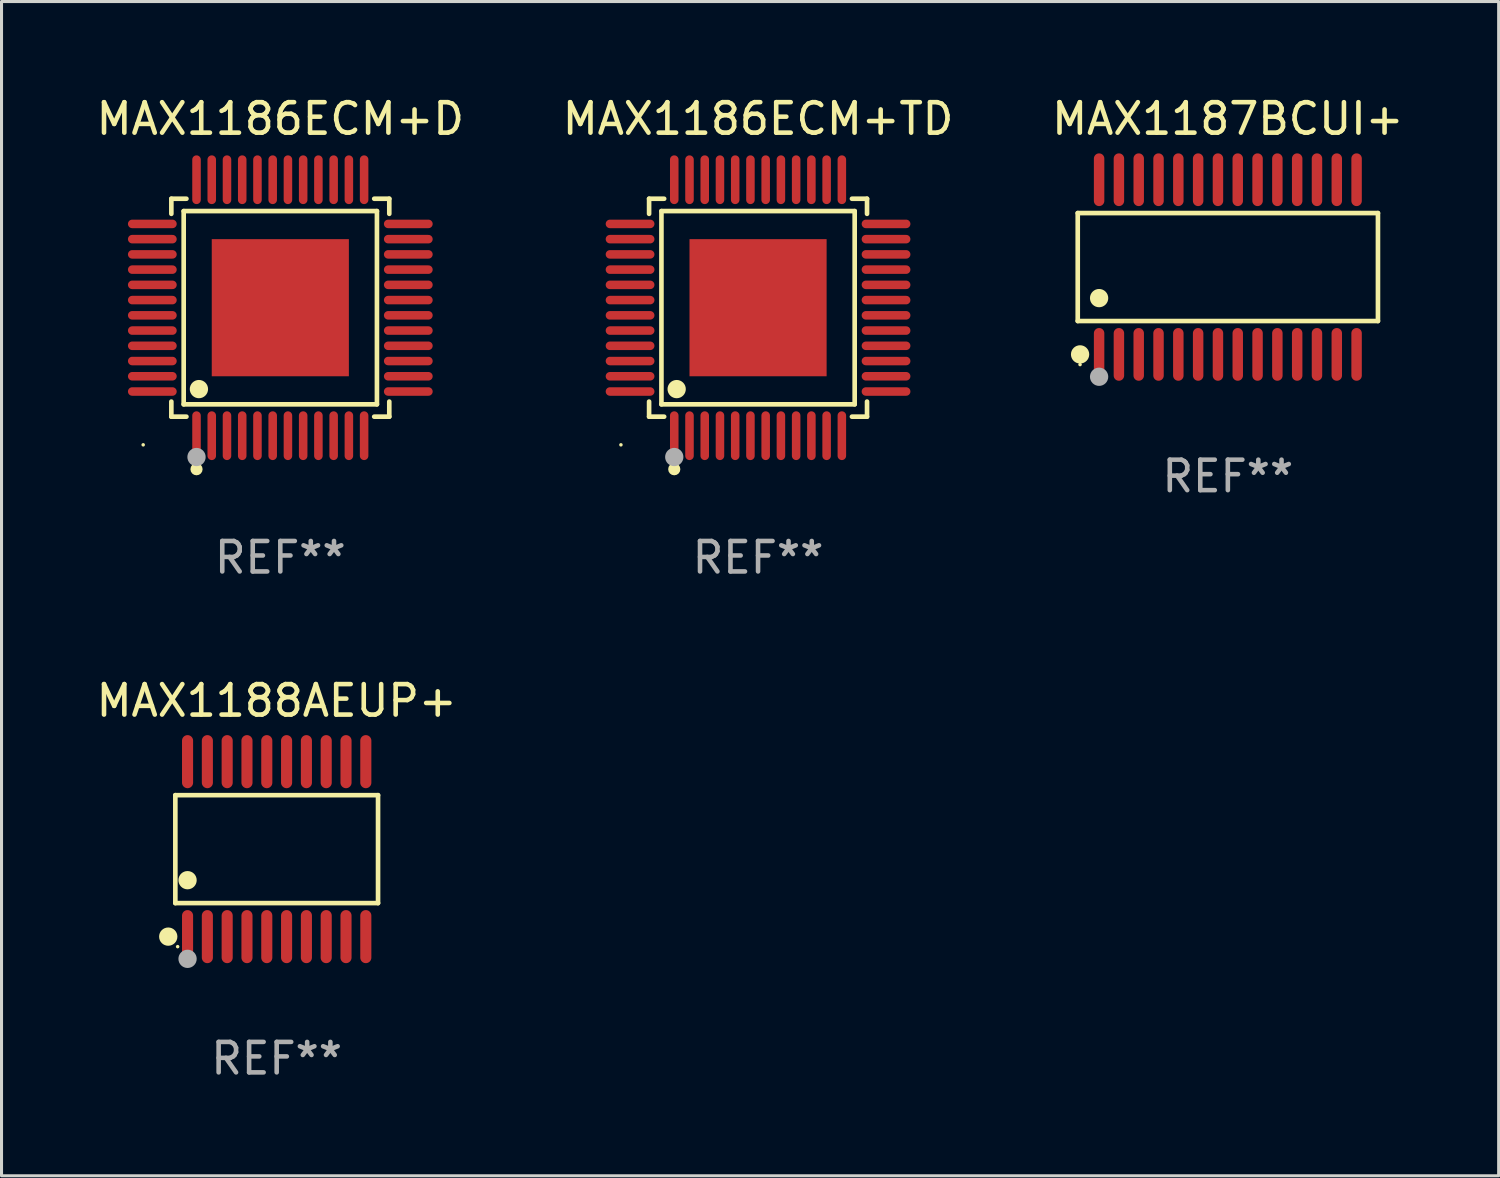
<source format=kicad_pcb>
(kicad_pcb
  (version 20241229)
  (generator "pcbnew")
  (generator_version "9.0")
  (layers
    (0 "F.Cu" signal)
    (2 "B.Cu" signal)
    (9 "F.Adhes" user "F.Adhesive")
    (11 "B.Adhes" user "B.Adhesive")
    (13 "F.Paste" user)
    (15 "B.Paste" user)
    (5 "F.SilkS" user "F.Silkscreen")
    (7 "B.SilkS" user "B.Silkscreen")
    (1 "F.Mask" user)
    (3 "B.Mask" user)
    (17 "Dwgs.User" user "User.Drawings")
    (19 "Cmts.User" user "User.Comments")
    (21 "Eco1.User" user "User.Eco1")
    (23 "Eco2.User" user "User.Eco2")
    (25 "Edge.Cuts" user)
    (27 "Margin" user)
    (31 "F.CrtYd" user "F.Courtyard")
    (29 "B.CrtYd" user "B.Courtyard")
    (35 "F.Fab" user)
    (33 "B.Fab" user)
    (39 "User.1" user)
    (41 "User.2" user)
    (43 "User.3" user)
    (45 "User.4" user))
  (footprint "MAX1186ECM+D"
    (layer "F.Cu")
    (at 6.149 7.048)
    (property "Reference" "MAX1186ECM+D" (at 0 -6.2 0) (layer "F.SilkS") (effects (font (size 1 1) (thickness 0.15))))
    (attr through_hole)
    (fp_line (start -3.576 -3.576) (end -3.081 -3.576) (stroke (width 0.152) (type solid)) (layer "F.SilkS"))
    (fp_line (start -3.576 -3.081) (end -3.576 -3.576) (stroke (width 0.152) (type solid)) (layer "F.SilkS"))
    (fp_line (start -3.576 3.081) (end -3.576 3.576) (stroke (width 0.152) (type solid)) (layer "F.SilkS"))
    (fp_line (start -3.576 3.576) (end -3.081 3.576) (stroke (width 0.152) (type solid)) (layer "F.SilkS"))
    (fp_line (start -3.171 -3.171) (end 3.171 -3.171) (stroke (width 0.152) (type solid)) (layer "F.SilkS"))
    (fp_line (start -3.171 3.171) (end -3.171 -3.171) (stroke (width 0.152) (type solid)) (layer "F.SilkS"))
    (fp_line (start 3.171 -3.171) (end 3.171 3.171) (stroke (width 0.152) (type solid)) (layer "F.SilkS"))
    (fp_line (start 3.171 3.171) (end -3.171 3.171) (stroke (width 0.152) (type solid)) (layer "F.SilkS"))
    (fp_line (start 3.576 -3.576) (end 3.081 -3.576) (stroke (width 0.152) (type solid)) (layer "F.SilkS"))
    (fp_line (start 3.576 -3.081) (end 3.576 -3.576) (stroke (width 0.152) (type solid)) (layer "F.SilkS"))
    (fp_line (start 3.576 3.081) (end 3.576 3.576) (stroke (width 0.152) (type solid)) (layer "F.SilkS"))
    (fp_line (start 3.576 3.576) (end 3.081 3.576) (stroke (width 0.152) (type solid)) (layer "F.SilkS"))
    (fp_circle (center -4.5 4.5) (end -4.47 4.5) (stroke (width 0.06) (type solid)) (fill no) (layer "F.SilkS"))
    (fp_circle (center -2.75 5.3) (end -2.65 5.3) (stroke (width 0.2) (type solid)) (fill no) (layer "F.SilkS"))
    (fp_circle (center -2.671 2.671) (end -2.521 2.671) (stroke (width 0.3) (type solid)) (fill no) (layer "F.SilkS"))
    (fp_circle (center -2.75 4.9) (end -2.6 4.9) (stroke (width 0.3) (type solid)) (fill no) (layer "F.Fab"))
    (fp_text user "REF**" (at 0 8.2 0) (layer "F.Fab") (effects (font (size 1 1) (thickness 0.15))))
    (pad "1" smd oval (at -2.75 4.2) (size 0.28 1.6) (layers "F.Cu" "F.Mask" "F.Paste"))
    (pad "2" smd oval (at -2.25 4.2) (size 0.28 1.6) (layers "F.Cu" "F.Mask" "F.Paste"))
    (pad "3" smd oval (at -1.75 4.2) (size 0.28 1.6) (layers "F.Cu" "F.Mask" "F.Paste"))
    (pad "4" smd oval (at -1.25 4.2) (size 0.28 1.6) (layers "F.Cu" "F.Mask" "F.Paste"))
    (pad "5" smd oval (at -0.75 4.2) (size 0.28 1.6) (layers "F.Cu" "F.Mask" "F.Paste"))
    (pad "6" smd oval (at -0.25 4.2) (size 0.28 1.6) (layers "F.Cu" "F.Mask" "F.Paste"))
    (pad "7" smd oval (at 0.25 4.2) (size 0.28 1.6) (layers "F.Cu" "F.Mask" "F.Paste"))
    (pad "8" smd oval (at 0.75 4.2) (size 0.28 1.6) (layers "F.Cu" "F.Mask" "F.Paste"))
    (pad "9" smd oval (at 1.25 4.2) (size 0.28 1.6) (layers "F.Cu" "F.Mask" "F.Paste"))
    (pad "10" smd oval (at 1.75 4.2) (size 0.28 1.6) (layers "F.Cu" "F.Mask" "F.Paste"))
    (pad "11" smd oval (at 2.25 4.2) (size 0.28 1.6) (layers "F.Cu" "F.Mask" "F.Paste"))
    (pad "12" smd oval (at 2.75 4.2) (size 0.28 1.6) (layers "F.Cu" "F.Mask" "F.Paste"))
    (pad "13" smd oval (at 4.2 2.75) (size 1.6 0.28) (layers "F.Cu" "F.Mask" "F.Paste"))
    (pad "14" smd oval (at 4.2 2.25) (size 1.6 0.28) (layers "F.Cu" "F.Mask" "F.Paste"))
    (pad "15" smd oval (at 4.2 1.75) (size 1.6 0.28) (layers "F.Cu" "F.Mask" "F.Paste"))
    (pad "16" smd oval (at 4.2 1.25) (size 1.6 0.28) (layers "F.Cu" "F.Mask" "F.Paste"))
    (pad "17" smd oval (at 4.2 0.75) (size 1.6 0.28) (layers "F.Cu" "F.Mask" "F.Paste"))
    (pad "18" smd oval (at 4.2 0.25) (size 1.6 0.28) (layers "F.Cu" "F.Mask" "F.Paste"))
    (pad "19" smd oval (at 4.2 -0.25) (size 1.6 0.28) (layers "F.Cu" "F.Mask" "F.Paste"))
    (pad "20" smd oval (at 4.2 -0.75) (size 1.6 0.28) (layers "F.Cu" "F.Mask" "F.Paste"))
    (pad "21" smd oval (at 4.2 -1.25) (size 1.6 0.28) (layers "F.Cu" "F.Mask" "F.Paste"))
    (pad "22" smd oval (at 4.2 -1.75) (size 1.6 0.28) (layers "F.Cu" "F.Mask" "F.Paste"))
    (pad "23" smd oval (at 4.2 -2.25) (size 1.6 0.28) (layers "F.Cu" "F.Mask" "F.Paste"))
    (pad "24" smd oval (at 4.2 -2.75) (size 1.6 0.28) (layers "F.Cu" "F.Mask" "F.Paste"))
    (pad "25" smd oval (at 2.75 -4.2) (size 0.28 1.6) (layers "F.Cu" "F.Mask" "F.Paste"))
    (pad "26" smd oval (at 2.25 -4.2) (size 0.28 1.6) (layers "F.Cu" "F.Mask" "F.Paste"))
    (pad "27" smd oval (at 1.75 -4.2) (size 0.28 1.6) (layers "F.Cu" "F.Mask" "F.Paste"))
    (pad "28" smd oval (at 1.25 -4.2) (size 0.28 1.6) (layers "F.Cu" "F.Mask" "F.Paste"))
    (pad "29" smd oval (at 0.75 -4.2) (size 0.28 1.6) (layers "F.Cu" "F.Mask" "F.Paste"))
    (pad "30" smd oval (at 0.25 -4.2) (size 0.28 1.6) (layers "F.Cu" "F.Mask" "F.Paste"))
    (pad "31" smd oval (at -0.25 -4.2) (size 0.28 1.6) (layers "F.Cu" "F.Mask" "F.Paste"))
    (pad "32" smd oval (at -0.75 -4.2) (size 0.28 1.6) (layers "F.Cu" "F.Mask" "F.Paste"))
    (pad "33" smd oval (at -1.25 -4.2) (size 0.28 1.6) (layers "F.Cu" "F.Mask" "F.Paste"))
    (pad "34" smd oval (at -1.75 -4.2) (size 0.28 1.6) (layers "F.Cu" "F.Mask" "F.Paste"))
    (pad "35" smd oval (at -2.25 -4.2) (size 0.28 1.6) (layers "F.Cu" "F.Mask" "F.Paste"))
    (pad "36" smd oval (at -2.75 -4.2) (size 0.28 1.6) (layers "F.Cu" "F.Mask" "F.Paste"))
    (pad "37" smd oval (at -4.2 -2.75) (size 1.6 0.28) (layers "F.Cu" "F.Mask" "F.Paste"))
    (pad "38" smd oval (at -4.2 -2.25) (size 1.6 0.28) (layers "F.Cu" "F.Mask" "F.Paste"))
    (pad "39" smd oval (at -4.2 -1.75) (size 1.6 0.28) (layers "F.Cu" "F.Mask" "F.Paste"))
    (pad "40" smd oval (at -4.2 -1.25) (size 1.6 0.28) (layers "F.Cu" "F.Mask" "F.Paste"))
    (pad "41" smd oval (at -4.2 -0.75) (size 1.6 0.28) (layers "F.Cu" "F.Mask" "F.Paste"))
    (pad "42" smd oval (at -4.2 -0.25) (size 1.6 0.28) (layers "F.Cu" "F.Mask" "F.Paste"))
    (pad "43" smd oval (at -4.2 0.25) (size 1.6 0.28) (layers "F.Cu" "F.Mask" "F.Paste"))
    (pad "44" smd oval (at -4.2 0.75) (size 1.6 0.28) (layers "F.Cu" "F.Mask" "F.Paste"))
    (pad "45" smd oval (at -4.2 1.25) (size 1.6 0.28) (layers "F.Cu" "F.Mask" "F.Paste"))
    (pad "46" smd oval (at -4.2 1.75) (size 1.6 0.28) (layers "F.Cu" "F.Mask" "F.Paste"))
    (pad "47" smd oval (at -4.2 2.25) (size 1.6 0.28) (layers "F.Cu" "F.Mask" "F.Paste"))
    (pad "48" smd oval (at -4.2 2.75) (size 1.6 0.28) (layers "F.Cu" "F.Mask" "F.Paste"))
    (pad "49" smd rect (at 0 0) (size 4.5 4.5) (layers "F.Cu" "F.Mask" "F.Paste")))
  (footprint "MAX1188AEUP+"
    (layer "F.Cu")
    (at 6.03 24.816)
    (property "Reference" "MAX1188AEUP+" (at 0 -4.871 0) (layer "F.SilkS") (effects (font (size 1 1) (thickness 0.15))))
    (attr through_hole)
    (fp_line (start -3.326 -1.771) (end 3.326 -1.771) (stroke (width 0.152) (type solid)) (layer "F.SilkS"))
    (fp_line (start -3.326 1.771) (end -3.326 -1.771) (stroke (width 0.152) (type solid)) (layer "F.SilkS"))
    (fp_line (start 3.326 -1.771) (end 3.326 1.771) (stroke (width 0.152) (type solid)) (layer "F.SilkS"))
    (fp_line (start 3.326 1.771) (end -3.326 1.771) (stroke (width 0.152) (type solid)) (layer "F.SilkS"))
    (fp_circle (center -3.559 2.871) (end -3.409 2.871) (stroke (width 0.3) (type solid)) (fill no) (layer "F.SilkS"))
    (fp_circle (center -3.25 3.2) (end -3.22 3.2) (stroke (width 0.06) (type solid)) (fill no) (layer "F.SilkS"))
    (fp_circle (center -2.925 1.019) (end -2.775 1.019) (stroke (width 0.3) (type solid)) (fill no) (layer "F.SilkS"))
    (fp_circle (center -2.925 3.6) (end -2.775 3.6) (stroke (width 0.3) (type solid)) (fill no) (layer "F.Fab"))
    (fp_text user "REF**" (at 0 6.871 0) (layer "F.Fab") (effects (font (size 1 1) (thickness 0.15))))
    (pad "1" smd oval (at -2.925 2.871) (size 0.364 1.742) (layers "F.Cu" "F.Mask" "F.Paste"))
    (pad "2" smd oval (at -2.275 2.871) (size 0.364 1.742) (layers "F.Cu" "F.Mask" "F.Paste"))
    (pad "3" smd oval (at -1.625 2.871) (size 0.364 1.742) (layers "F.Cu" "F.Mask" "F.Paste"))
    (pad "4" smd oval (at -0.975 2.871) (size 0.364 1.742) (layers "F.Cu" "F.Mask" "F.Paste"))
    (pad "5" smd oval (at -0.325 2.871) (size 0.364 1.742) (layers "F.Cu" "F.Mask" "F.Paste"))
    (pad "6" smd oval (at 0.325 2.871) (size 0.364 1.742) (layers "F.Cu" "F.Mask" "F.Paste"))
    (pad "7" smd oval (at 0.975 2.871) (size 0.364 1.742) (layers "F.Cu" "F.Mask" "F.Paste"))
    (pad "8" smd oval (at 1.625 2.871) (size 0.364 1.742) (layers "F.Cu" "F.Mask" "F.Paste"))
    (pad "9" smd oval (at 2.275 2.871) (size 0.364 1.742) (layers "F.Cu" "F.Mask" "F.Paste"))
    (pad "10" smd oval (at 2.925 2.871) (size 0.364 1.742) (layers "F.Cu" "F.Mask" "F.Paste"))
    (pad "11" smd oval (at 2.925 -2.871) (size 0.364 1.742) (layers "F.Cu" "F.Mask" "F.Paste"))
    (pad "12" smd oval (at 2.275 -2.871) (size 0.364 1.742) (layers "F.Cu" "F.Mask" "F.Paste"))
    (pad "13" smd oval (at 1.625 -2.871) (size 0.364 1.742) (layers "F.Cu" "F.Mask" "F.Paste"))
    (pad "14" smd oval (at 0.975 -2.871) (size 0.364 1.742) (layers "F.Cu" "F.Mask" "F.Paste"))
    (pad "15" smd oval (at 0.325 -2.871) (size 0.364 1.742) (layers "F.Cu" "F.Mask" "F.Paste"))
    (pad "16" smd oval (at -0.325 -2.871) (size 0.364 1.742) (layers "F.Cu" "F.Mask" "F.Paste"))
    (pad "17" smd oval (at -0.975 -2.871) (size 0.364 1.742) (layers "F.Cu" "F.Mask" "F.Paste"))
    (pad "18" smd oval (at -1.625 -2.871) (size 0.364 1.742) (layers "F.Cu" "F.Mask" "F.Paste"))
    (pad "19" smd oval (at -2.275 -2.871) (size 0.364 1.742) (layers "F.Cu" "F.Mask" "F.Paste"))
    (pad "20" smd oval (at -2.925 -2.871) (size 0.364 1.742) (layers "F.Cu" "F.Mask" "F.Paste")))
  (footprint "MAX1186ECM+TD"
    (layer "F.Cu")
    (at 21.827 7.048)
    (property "Reference" "MAX1186ECM+TD" (at 0 -6.2 0) (layer "F.SilkS") (effects (font (size 1 1) (thickness 0.15))))
    (attr through_hole)
    (fp_line (start -3.576 -3.576) (end -3.081 -3.576) (stroke (width 0.152) (type solid)) (layer "F.SilkS"))
    (fp_line (start -3.576 -3.081) (end -3.576 -3.576) (stroke (width 0.152) (type solid)) (layer "F.SilkS"))
    (fp_line (start -3.576 3.081) (end -3.576 3.576) (stroke (width 0.152) (type solid)) (layer "F.SilkS"))
    (fp_line (start -3.576 3.576) (end -3.081 3.576) (stroke (width 0.152) (type solid)) (layer "F.SilkS"))
    (fp_line (start -3.171 -3.171) (end 3.171 -3.171) (stroke (width 0.152) (type solid)) (layer "F.SilkS"))
    (fp_line (start -3.171 3.171) (end -3.171 -3.171) (stroke (width 0.152) (type solid)) (layer "F.SilkS"))
    (fp_line (start 3.171 -3.171) (end 3.171 3.171) (stroke (width 0.152) (type solid)) (layer "F.SilkS"))
    (fp_line (start 3.171 3.171) (end -3.171 3.171) (stroke (width 0.152) (type solid)) (layer "F.SilkS"))
    (fp_line (start 3.576 -3.576) (end 3.081 -3.576) (stroke (width 0.152) (type solid)) (layer "F.SilkS"))
    (fp_line (start 3.576 -3.081) (end 3.576 -3.576) (stroke (width 0.152) (type solid)) (layer "F.SilkS"))
    (fp_line (start 3.576 3.081) (end 3.576 3.576) (stroke (width 0.152) (type solid)) (layer "F.SilkS"))
    (fp_line (start 3.576 3.576) (end 3.081 3.576) (stroke (width 0.152) (type solid)) (layer "F.SilkS"))
    (fp_circle (center -4.5 4.5) (end -4.47 4.5) (stroke (width 0.06) (type solid)) (fill no) (layer "F.SilkS"))
    (fp_circle (center -2.75 5.3) (end -2.65 5.3) (stroke (width 0.2) (type solid)) (fill no) (layer "F.SilkS"))
    (fp_circle (center -2.671 2.671) (end -2.521 2.671) (stroke (width 0.3) (type solid)) (fill no) (layer "F.SilkS"))
    (fp_circle (center -2.75 4.9) (end -2.6 4.9) (stroke (width 0.3) (type solid)) (fill no) (layer "F.Fab"))
    (fp_text user "REF**" (at 0 8.2 0) (layer "F.Fab") (effects (font (size 1 1) (thickness 0.15))))
    (pad "1" smd oval (at -2.75 4.2) (size 0.28 1.6) (layers "F.Cu" "F.Mask" "F.Paste"))
    (pad "2" smd oval (at -2.25 4.2) (size 0.28 1.6) (layers "F.Cu" "F.Mask" "F.Paste"))
    (pad "3" smd oval (at -1.75 4.2) (size 0.28 1.6) (layers "F.Cu" "F.Mask" "F.Paste"))
    (pad "4" smd oval (at -1.25 4.2) (size 0.28 1.6) (layers "F.Cu" "F.Mask" "F.Paste"))
    (pad "5" smd oval (at -0.75 4.2) (size 0.28 1.6) (layers "F.Cu" "F.Mask" "F.Paste"))
    (pad "6" smd oval (at -0.25 4.2) (size 0.28 1.6) (layers "F.Cu" "F.Mask" "F.Paste"))
    (pad "7" smd oval (at 0.25 4.2) (size 0.28 1.6) (layers "F.Cu" "F.Mask" "F.Paste"))
    (pad "8" smd oval (at 0.75 4.2) (size 0.28 1.6) (layers "F.Cu" "F.Mask" "F.Paste"))
    (pad "9" smd oval (at 1.25 4.2) (size 0.28 1.6) (layers "F.Cu" "F.Mask" "F.Paste"))
    (pad "10" smd oval (at 1.75 4.2) (size 0.28 1.6) (layers "F.Cu" "F.Mask" "F.Paste"))
    (pad "11" smd oval (at 2.25 4.2) (size 0.28 1.6) (layers "F.Cu" "F.Mask" "F.Paste"))
    (pad "12" smd oval (at 2.75 4.2) (size 0.28 1.6) (layers "F.Cu" "F.Mask" "F.Paste"))
    (pad "13" smd oval (at 4.2 2.75) (size 1.6 0.28) (layers "F.Cu" "F.Mask" "F.Paste"))
    (pad "14" smd oval (at 4.2 2.25) (size 1.6 0.28) (layers "F.Cu" "F.Mask" "F.Paste"))
    (pad "15" smd oval (at 4.2 1.75) (size 1.6 0.28) (layers "F.Cu" "F.Mask" "F.Paste"))
    (pad "16" smd oval (at 4.2 1.25) (size 1.6 0.28) (layers "F.Cu" "F.Mask" "F.Paste"))
    (pad "17" smd oval (at 4.2 0.75) (size 1.6 0.28) (layers "F.Cu" "F.Mask" "F.Paste"))
    (pad "18" smd oval (at 4.2 0.25) (size 1.6 0.28) (layers "F.Cu" "F.Mask" "F.Paste"))
    (pad "19" smd oval (at 4.2 -0.25) (size 1.6 0.28) (layers "F.Cu" "F.Mask" "F.Paste"))
    (pad "20" smd oval (at 4.2 -0.75) (size 1.6 0.28) (layers "F.Cu" "F.Mask" "F.Paste"))
    (pad "21" smd oval (at 4.2 -1.25) (size 1.6 0.28) (layers "F.Cu" "F.Mask" "F.Paste"))
    (pad "22" smd oval (at 4.2 -1.75) (size 1.6 0.28) (layers "F.Cu" "F.Mask" "F.Paste"))
    (pad "23" smd oval (at 4.2 -2.25) (size 1.6 0.28) (layers "F.Cu" "F.Mask" "F.Paste"))
    (pad "24" smd oval (at 4.2 -2.75) (size 1.6 0.28) (layers "F.Cu" "F.Mask" "F.Paste"))
    (pad "25" smd oval (at 2.75 -4.2) (size 0.28 1.6) (layers "F.Cu" "F.Mask" "F.Paste"))
    (pad "26" smd oval (at 2.25 -4.2) (size 0.28 1.6) (layers "F.Cu" "F.Mask" "F.Paste"))
    (pad "27" smd oval (at 1.75 -4.2) (size 0.28 1.6) (layers "F.Cu" "F.Mask" "F.Paste"))
    (pad "28" smd oval (at 1.25 -4.2) (size 0.28 1.6) (layers "F.Cu" "F.Mask" "F.Paste"))
    (pad "29" smd oval (at 0.75 -4.2) (size 0.28 1.6) (layers "F.Cu" "F.Mask" "F.Paste"))
    (pad "30" smd oval (at 0.25 -4.2) (size 0.28 1.6) (layers "F.Cu" "F.Mask" "F.Paste"))
    (pad "31" smd oval (at -0.25 -4.2) (size 0.28 1.6) (layers "F.Cu" "F.Mask" "F.Paste"))
    (pad "32" smd oval (at -0.75 -4.2) (size 0.28 1.6) (layers "F.Cu" "F.Mask" "F.Paste"))
    (pad "33" smd oval (at -1.25 -4.2) (size 0.28 1.6) (layers "F.Cu" "F.Mask" "F.Paste"))
    (pad "34" smd oval (at -1.75 -4.2) (size 0.28 1.6) (layers "F.Cu" "F.Mask" "F.Paste"))
    (pad "35" smd oval (at -2.25 -4.2) (size 0.28 1.6) (layers "F.Cu" "F.Mask" "F.Paste"))
    (pad "36" smd oval (at -2.75 -4.2) (size 0.28 1.6) (layers "F.Cu" "F.Mask" "F.Paste"))
    (pad "37" smd oval (at -4.2 -2.75) (size 1.6 0.28) (layers "F.Cu" "F.Mask" "F.Paste"))
    (pad "38" smd oval (at -4.2 -2.25) (size 1.6 0.28) (layers "F.Cu" "F.Mask" "F.Paste"))
    (pad "39" smd oval (at -4.2 -1.75) (size 1.6 0.28) (layers "F.Cu" "F.Mask" "F.Paste"))
    (pad "40" smd oval (at -4.2 -1.25) (size 1.6 0.28) (layers "F.Cu" "F.Mask" "F.Paste"))
    (pad "41" smd oval (at -4.2 -0.75) (size 1.6 0.28) (layers "F.Cu" "F.Mask" "F.Paste"))
    (pad "42" smd oval (at -4.2 -0.25) (size 1.6 0.28) (layers "F.Cu" "F.Mask" "F.Paste"))
    (pad "43" smd oval (at -4.2 0.25) (size 1.6 0.28) (layers "F.Cu" "F.Mask" "F.Paste"))
    (pad "44" smd oval (at -4.2 0.75) (size 1.6 0.28) (layers "F.Cu" "F.Mask" "F.Paste"))
    (pad "45" smd oval (at -4.2 1.25) (size 1.6 0.28) (layers "F.Cu" "F.Mask" "F.Paste"))
    (pad "46" smd oval (at -4.2 1.75) (size 1.6 0.28) (layers "F.Cu" "F.Mask" "F.Paste"))
    (pad "47" smd oval (at -4.2 2.25) (size 1.6 0.28) (layers "F.Cu" "F.Mask" "F.Paste"))
    (pad "48" smd oval (at -4.2 2.75) (size 1.6 0.28) (layers "F.Cu" "F.Mask" "F.Paste"))
    (pad "49" smd rect (at 0 0) (size 4.5 4.5) (layers "F.Cu" "F.Mask" "F.Paste")))
  (footprint "MAX1187BCUI+"
    (layer "F.Cu")
    (at 37.244 5.714)
    (property "Reference" "MAX1187BCUI+" (at 0 -4.866 0) (layer "F.SilkS") (effects (font (size 1 1) (thickness 0.15))))
    (attr through_hole)
    (fp_line (start -4.926 -1.772) (end 4.926 -1.772) (stroke (width 0.152) (type solid)) (layer "F.SilkS"))
    (fp_line (start -4.926 1.771) (end -4.926 -1.772) (stroke (width 0.152) (type solid)) (layer "F.SilkS"))
    (fp_line (start 4.926 -1.772) (end 4.926 1.771) (stroke (width 0.152) (type solid)) (layer "F.SilkS"))
    (fp_line (start 4.926 1.771) (end -4.926 1.771) (stroke (width 0.152) (type solid)) (layer "F.SilkS"))
    (fp_circle (center -4.85 3.2) (end -4.82 3.2) (stroke (width 0.06) (type solid)) (fill no) (layer "F.SilkS"))
    (fp_circle (center -4.849 2.866) (end -4.699 2.866) (stroke (width 0.3) (type solid)) (fill no) (layer "F.SilkS"))
    (fp_circle (center -4.225 1.019) (end -4.075 1.019) (stroke (width 0.3) (type solid)) (fill no) (layer "F.SilkS"))
    (fp_circle (center -4.225 3.6) (end -4.075 3.6) (stroke (width 0.3) (type solid)) (fill no) (layer "F.Fab"))
    (fp_text user "REF**" (at 0 6.866 0) (layer "F.Fab") (effects (font (size 1 1) (thickness 0.15))))
    (pad "1" smd oval (at -4.225 2.866) (size 0.343 1.731) (layers "F.Cu" "F.Mask" "F.Paste"))
    (pad "2" smd oval (at -3.575 2.866) (size 0.343 1.731) (layers "F.Cu" "F.Mask" "F.Paste"))
    (pad "3" smd oval (at -2.925 2.866) (size 0.343 1.731) (layers "F.Cu" "F.Mask" "F.Paste"))
    (pad "4" smd oval (at -2.275 2.866) (size 0.343 1.731) (layers "F.Cu" "F.Mask" "F.Paste"))
    (pad "5" smd oval (at -1.625 2.866) (size 0.343 1.731) (layers "F.Cu" "F.Mask" "F.Paste"))
    (pad "6" smd oval (at -0.975 2.866) (size 0.343 1.731) (layers "F.Cu" "F.Mask" "F.Paste"))
    (pad "7" smd oval (at -0.325 2.866) (size 0.343 1.731) (layers "F.Cu" "F.Mask" "F.Paste"))
    (pad "8" smd oval (at 0.325 2.866) (size 0.343 1.731) (layers "F.Cu" "F.Mask" "F.Paste"))
    (pad "9" smd oval (at 0.975 2.866) (size 0.343 1.731) (layers "F.Cu" "F.Mask" "F.Paste"))
    (pad "10" smd oval (at 1.625 2.866) (size 0.343 1.731) (layers "F.Cu" "F.Mask" "F.Paste"))
    (pad "11" smd oval (at 2.275 2.866) (size 0.343 1.731) (layers "F.Cu" "F.Mask" "F.Paste"))
    (pad "12" smd oval (at 2.925 2.866) (size 0.343 1.731) (layers "F.Cu" "F.Mask" "F.Paste"))
    (pad "13" smd oval (at 3.575 2.866) (size 0.343 1.731) (layers "F.Cu" "F.Mask" "F.Paste"))
    (pad "14" smd oval (at 4.225 2.866) (size 0.343 1.731) (layers "F.Cu" "F.Mask" "F.Paste"))
    (pad "15" smd oval (at 4.225 -2.866) (size 0.343 1.731) (layers "F.Cu" "F.Mask" "F.Paste"))
    (pad "16" smd oval (at 3.575 -2.866) (size 0.343 1.731) (layers "F.Cu" "F.Mask" "F.Paste"))
    (pad "17" smd oval (at 2.925 -2.866) (size 0.343 1.731) (layers "F.Cu" "F.Mask" "F.Paste"))
    (pad "18" smd oval (at 2.275 -2.866) (size 0.343 1.731) (layers "F.Cu" "F.Mask" "F.Paste"))
    (pad "19" smd oval (at 1.625 -2.866) (size 0.343 1.731) (layers "F.Cu" "F.Mask" "F.Paste"))
    (pad "20" smd oval (at 0.975 -2.866) (size 0.343 1.731) (layers "F.Cu" "F.Mask" "F.Paste"))
    (pad "21" smd oval (at 0.325 -2.866) (size 0.343 1.731) (layers "F.Cu" "F.Mask" "F.Paste"))
    (pad "22" smd oval (at -0.325 -2.866) (size 0.343 1.731) (layers "F.Cu" "F.Mask" "F.Paste"))
    (pad "23" smd oval (at -0.975 -2.866) (size 0.343 1.731) (layers "F.Cu" "F.Mask" "F.Paste"))
    (pad "24" smd oval (at -1.625 -2.866) (size 0.343 1.731) (layers "F.Cu" "F.Mask" "F.Paste"))
    (pad "25" smd oval (at -2.275 -2.866) (size 0.343 1.731) (layers "F.Cu" "F.Mask" "F.Paste"))
    (pad "26" smd oval (at -2.925 -2.866) (size 0.343 1.731) (layers "F.Cu" "F.Mask" "F.Paste"))
    (pad "27" smd oval (at -3.575 -2.866) (size 0.343 1.731) (layers "F.Cu" "F.Mask" "F.Paste"))
    (pad "28" smd oval (at -4.225 -2.866) (size 0.343 1.731) (layers "F.Cu" "F.Mask" "F.Paste")))
  (gr_rect
    (start -3 -3)
    (end 46.131 35.535)
    (stroke (width 0.1) (type default))
    (fill no)
    (layer "Edge.Cuts")))
</source>
